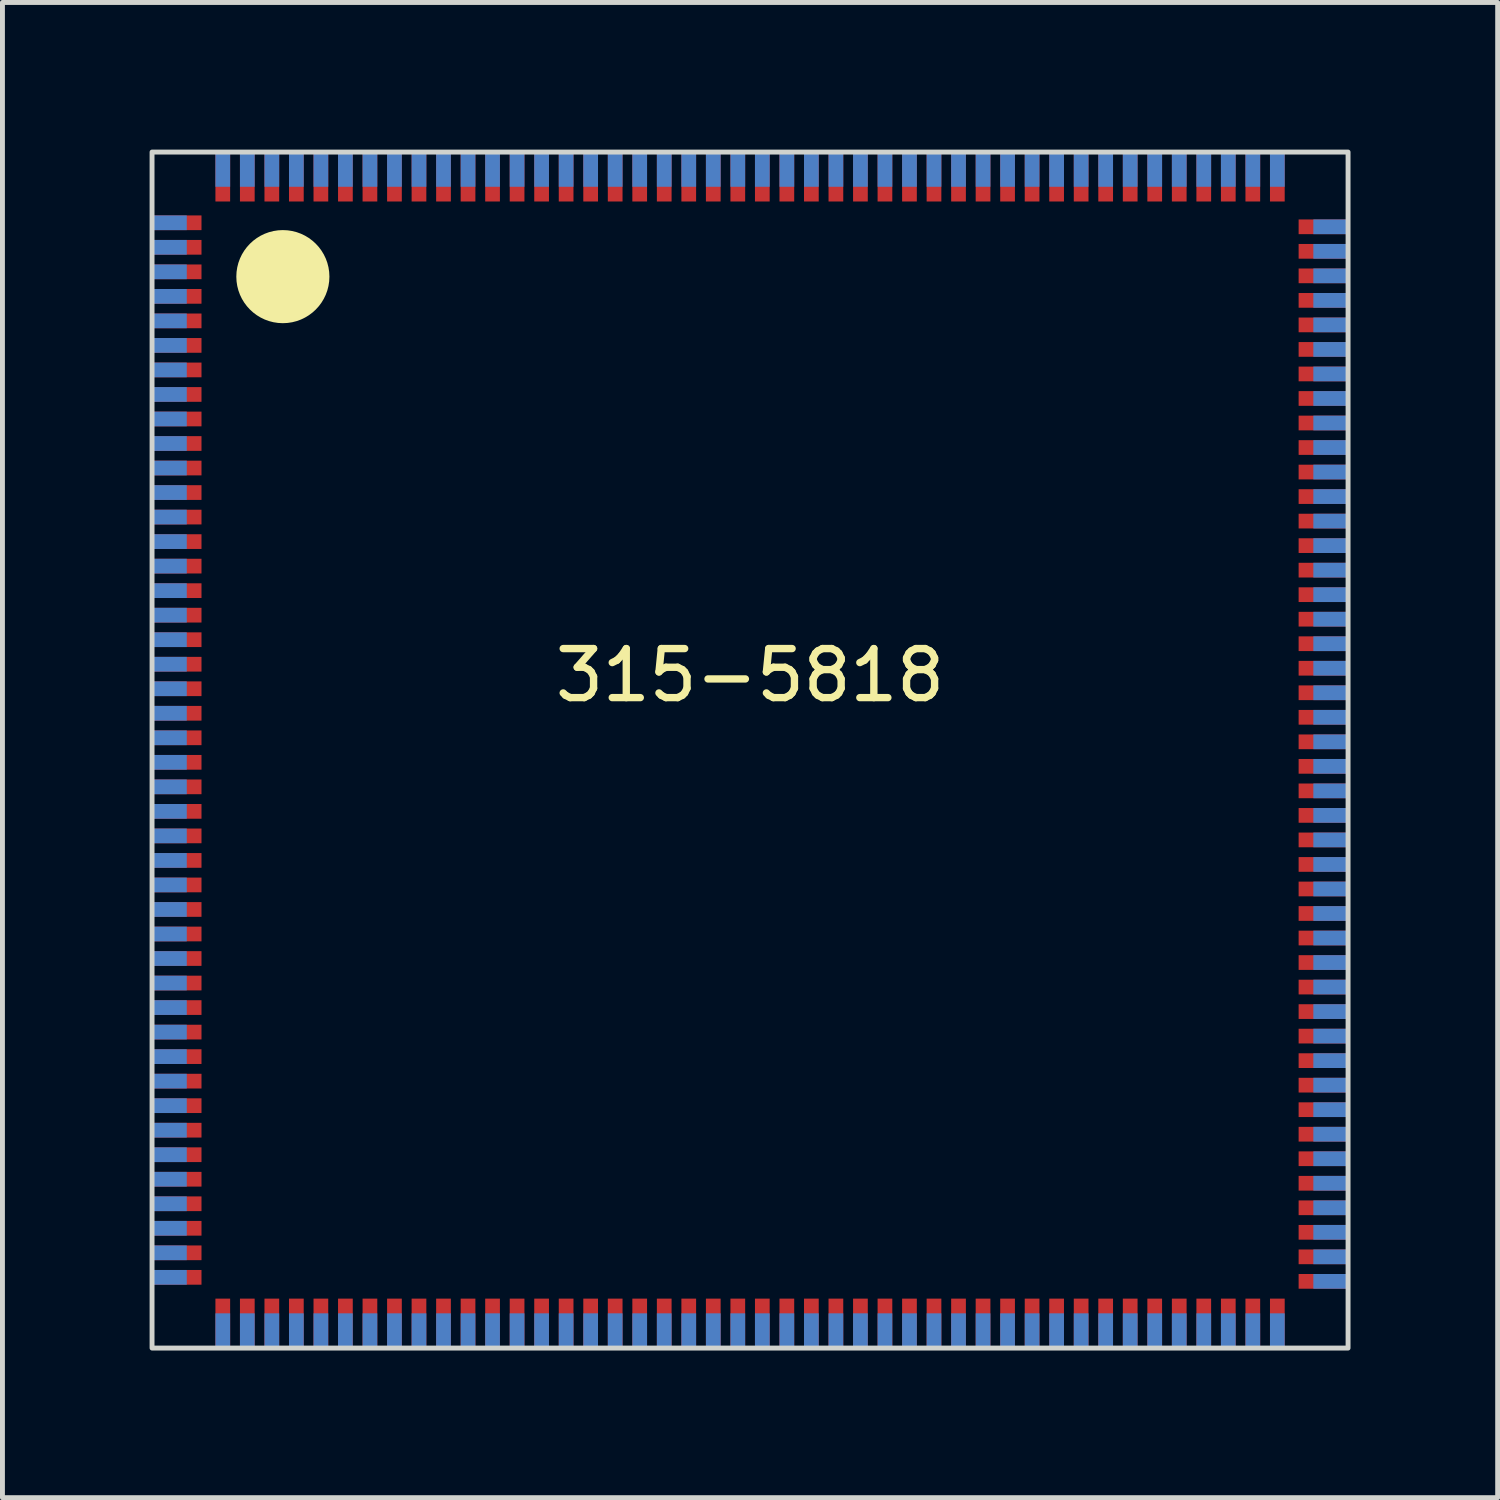
<source format=kicad_pcb>
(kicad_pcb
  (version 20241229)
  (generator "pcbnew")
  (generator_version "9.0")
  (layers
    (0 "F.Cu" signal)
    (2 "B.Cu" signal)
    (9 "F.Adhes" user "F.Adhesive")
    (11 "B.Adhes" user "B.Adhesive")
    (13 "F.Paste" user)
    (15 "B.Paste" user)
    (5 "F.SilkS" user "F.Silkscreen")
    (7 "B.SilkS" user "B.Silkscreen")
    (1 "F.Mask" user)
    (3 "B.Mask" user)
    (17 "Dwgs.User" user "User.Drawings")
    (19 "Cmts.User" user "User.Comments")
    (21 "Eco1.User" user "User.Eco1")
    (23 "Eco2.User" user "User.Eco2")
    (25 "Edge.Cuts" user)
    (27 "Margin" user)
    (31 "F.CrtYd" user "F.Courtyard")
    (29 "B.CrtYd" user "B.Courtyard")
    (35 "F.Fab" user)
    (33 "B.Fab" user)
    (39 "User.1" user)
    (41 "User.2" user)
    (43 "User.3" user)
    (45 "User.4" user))
  (footprint "315-5818"
    (layer "F.Cu")
    (at 12.242 12.242)
    (property "Reference" "315-5818" (at 0 -1.524 0) (layer "F.SilkS") (effects (font (size 1 1) (thickness 0.15))))
    (attr smd)
    (fp_circle (center -9.525 -9.652) (end -8.636 -9.652) (stroke (width 0.12) (type solid)) (fill yes) (layer "F.SilkS"))
    (fp_rect (start -12.192 -12.192) (end 12.192 12.192) (stroke (width 0.1) (type default)) (fill no) (layer "Edge.Cuts"))
    (pad "1" smd rect (at -11.834 -10.75 180) (size 0.7 0.3) (layers "B.Cu" "B.Mask" "B.Paste"))
    (pad "1" smd rect (at -11.684 -10.75) (size 1 0.3) (layers "F.Cu" "F.Mask" "F.Paste"))
    (pad "2" smd rect (at -11.834 -10.25 180) (size 0.7 0.3) (layers "B.Cu" "B.Mask" "B.Paste"))
    (pad "2" smd rect (at -11.684 -10.25) (size 1 0.3) (layers "F.Cu" "F.Mask" "F.Paste"))
    (pad "3" smd rect (at -11.834 -9.75 180) (size 0.7 0.3) (layers "B.Cu" "B.Mask" "B.Paste"))
    (pad "3" smd rect (at -11.684 -9.75) (size 1 0.3) (layers "F.Cu" "F.Mask" "F.Paste"))
    (pad "4" smd rect (at -11.834 -9.25 180) (size 0.7 0.3) (layers "B.Cu" "B.Mask" "B.Paste"))
    (pad "4" smd rect (at -11.684 -9.25) (size 1 0.3) (layers "F.Cu" "F.Mask" "F.Paste"))
    (pad "5" smd rect (at -11.834 -8.75 180) (size 0.7 0.3) (layers "B.Cu" "B.Mask" "B.Paste"))
    (pad "5" smd rect (at -11.684 -8.75) (size 1 0.3) (layers "F.Cu" "F.Mask" "F.Paste"))
    (pad "6" smd rect (at -11.834 -8.25 180) (size 0.7 0.3) (layers "B.Cu" "B.Mask" "B.Paste"))
    (pad "6" smd rect (at -11.684 -8.25) (size 1 0.3) (layers "F.Cu" "F.Mask" "F.Paste"))
    (pad "7" smd rect (at -11.834 -7.75 180) (size 0.7 0.3) (layers "B.Cu" "B.Mask" "B.Paste"))
    (pad "7" smd rect (at -11.684 -7.75) (size 1 0.3) (layers "F.Cu" "F.Mask" "F.Paste"))
    (pad "8" smd rect (at -11.834 -7.25 180) (size 0.7 0.3) (layers "B.Cu" "B.Mask" "B.Paste"))
    (pad "8" smd rect (at -11.684 -7.25) (size 1 0.3) (layers "F.Cu" "F.Mask" "F.Paste"))
    (pad "9" smd rect (at -11.834 -6.75 180) (size 0.7 0.3) (layers "B.Cu" "B.Mask" "B.Paste"))
    (pad "9" smd rect (at -11.684 -6.75) (size 1 0.3) (layers "F.Cu" "F.Mask" "F.Paste"))
    (pad "10" smd rect (at -11.834 -6.25 180) (size 0.7 0.3) (layers "B.Cu" "B.Mask" "B.Paste"))
    (pad "10" smd rect (at -11.684 -6.25) (size 1 0.3) (layers "F.Cu" "F.Mask" "F.Paste"))
    (pad "11" smd rect (at -11.834 -5.75 180) (size 0.7 0.3) (layers "B.Cu" "B.Mask" "B.Paste"))
    (pad "11" smd rect (at -11.684 -5.75) (size 1 0.3) (layers "F.Cu" "F.Mask" "F.Paste"))
    (pad "12" smd rect (at -11.834 -5.25 180) (size 0.7 0.3) (layers "B.Cu" "B.Mask" "B.Paste"))
    (pad "12" smd rect (at -11.684 -5.25) (size 1 0.3) (layers "F.Cu" "F.Mask" "F.Paste"))
    (pad "13" smd rect (at -11.834 -4.75 180) (size 0.7 0.3) (layers "B.Cu" "B.Mask" "B.Paste"))
    (pad "13" smd rect (at -11.684 -4.75) (size 1 0.3) (layers "F.Cu" "F.Mask" "F.Paste"))
    (pad "14" smd rect (at -11.834 -4.25 180) (size 0.7 0.3) (layers "B.Cu" "B.Mask" "B.Paste"))
    (pad "14" smd rect (at -11.684 -4.25) (size 1 0.3) (layers "F.Cu" "F.Mask" "F.Paste"))
    (pad "15" smd rect (at -11.834 -3.75 180) (size 0.7 0.3) (layers "B.Cu" "B.Mask" "B.Paste"))
    (pad "15" smd rect (at -11.684 -3.75) (size 1 0.3) (layers "F.Cu" "F.Mask" "F.Paste"))
    (pad "16" smd rect (at -11.834 -3.25 180) (size 0.7 0.3) (layers "B.Cu" "B.Mask" "B.Paste"))
    (pad "16" smd rect (at -11.684 -3.25) (size 1 0.3) (layers "F.Cu" "F.Mask" "F.Paste"))
    (pad "17" smd rect (at -11.834 -2.75 180) (size 0.7 0.3) (layers "B.Cu" "B.Mask" "B.Paste"))
    (pad "17" smd rect (at -11.684 -2.75) (size 1 0.3) (layers "F.Cu" "F.Mask" "F.Paste"))
    (pad "18" smd rect (at -11.834 -2.25 180) (size 0.7 0.3) (layers "B.Cu" "B.Mask" "B.Paste"))
    (pad "18" smd rect (at -11.684 -2.25) (size 1 0.3) (layers "F.Cu" "F.Mask" "F.Paste"))
    (pad "19" smd rect (at -11.834 -1.75 180) (size 0.7 0.3) (layers "B.Cu" "B.Mask" "B.Paste"))
    (pad "19" smd rect (at -11.684 -1.75) (size 1 0.3) (layers "F.Cu" "F.Mask" "F.Paste"))
    (pad "20" smd rect (at -11.834 -1.25 180) (size 0.7 0.3) (layers "B.Cu" "B.Mask" "B.Paste"))
    (pad "20" smd rect (at -11.684 -1.25) (size 1 0.3) (layers "F.Cu" "F.Mask" "F.Paste"))
    (pad "21" smd rect (at -11.834 -0.75 180) (size 0.7 0.3) (layers "B.Cu" "B.Mask" "B.Paste"))
    (pad "21" smd rect (at -11.684 -0.75) (size 1 0.3) (layers "F.Cu" "F.Mask" "F.Paste"))
    (pad "22" smd rect (at -11.834 -0.25 180) (size 0.7 0.3) (layers "B.Cu" "B.Mask" "B.Paste"))
    (pad "22" smd rect (at -11.684 -0.25) (size 1 0.3) (layers "F.Cu" "F.Mask" "F.Paste"))
    (pad "23" smd rect (at -11.834 0.25 180) (size 0.7 0.3) (layers "B.Cu" "B.Mask" "B.Paste"))
    (pad "23" smd rect (at -11.684 0.25) (size 1 0.3) (layers "F.Cu" "F.Mask" "F.Paste"))
    (pad "24" smd rect (at -11.834 0.75 180) (size 0.7 0.3) (layers "B.Cu" "B.Mask" "B.Paste"))
    (pad "24" smd rect (at -11.684 0.75) (size 1 0.3) (layers "F.Cu" "F.Mask" "F.Paste"))
    (pad "25" smd rect (at -11.834 1.25 180) (size 0.7 0.3) (layers "B.Cu" "B.Mask" "B.Paste"))
    (pad "25" smd rect (at -11.684 1.25) (size 1 0.3) (layers "F.Cu" "F.Mask" "F.Paste"))
    (pad "26" smd rect (at -11.834 1.75 180) (size 0.7 0.3) (layers "B.Cu" "B.Mask" "B.Paste"))
    (pad "26" smd rect (at -11.684 1.75) (size 1 0.3) (layers "F.Cu" "F.Mask" "F.Paste"))
    (pad "27" smd rect (at -11.834 2.25 180) (size 0.7 0.3) (layers "B.Cu" "B.Mask" "B.Paste"))
    (pad "27" smd rect (at -11.684 2.25) (size 1 0.3) (layers "F.Cu" "F.Mask" "F.Paste"))
    (pad "28" smd rect (at -11.834 2.75 180) (size 0.7 0.3) (layers "B.Cu" "B.Mask" "B.Paste"))
    (pad "28" smd rect (at -11.684 2.75) (size 1 0.3) (layers "F.Cu" "F.Mask" "F.Paste"))
    (pad "29" smd rect (at -11.834 3.25 180) (size 0.7 0.3) (layers "B.Cu" "B.Mask" "B.Paste"))
    (pad "29" smd rect (at -11.684 3.25) (size 1 0.3) (layers "F.Cu" "F.Mask" "F.Paste"))
    (pad "30" smd rect (at -11.834 3.75 180) (size 0.7 0.3) (layers "B.Cu" "B.Mask" "B.Paste"))
    (pad "30" smd rect (at -11.684 3.75) (size 1 0.3) (layers "F.Cu" "F.Mask" "F.Paste"))
    (pad "31" smd rect (at -11.834 4.25 180) (size 0.7 0.3) (layers "B.Cu" "B.Mask" "B.Paste"))
    (pad "31" smd rect (at -11.684 4.25) (size 1 0.3) (layers "F.Cu" "F.Mask" "F.Paste"))
    (pad "32" smd rect (at -11.834 4.75 180) (size 0.7 0.3) (layers "B.Cu" "B.Mask" "B.Paste"))
    (pad "32" smd rect (at -11.684 4.75) (size 1 0.3) (layers "F.Cu" "F.Mask" "F.Paste"))
    (pad "33" smd rect (at -11.834 5.25 180) (size 0.7 0.3) (layers "B.Cu" "B.Mask" "B.Paste"))
    (pad "33" smd rect (at -11.684 5.25) (size 1 0.3) (layers "F.Cu" "F.Mask" "F.Paste"))
    (pad "34" smd rect (at -11.834 5.75 180) (size 0.7 0.3) (layers "B.Cu" "B.Mask" "B.Paste"))
    (pad "34" smd rect (at -11.684 5.75) (size 1 0.3) (layers "F.Cu" "F.Mask" "F.Paste"))
    (pad "35" smd rect (at -11.834 6.25 180) (size 0.7 0.3) (layers "B.Cu" "B.Mask" "B.Paste"))
    (pad "35" smd rect (at -11.684 6.25) (size 1 0.3) (layers "F.Cu" "F.Mask" "F.Paste"))
    (pad "36" smd rect (at -11.834 6.75 180) (size 0.7 0.3) (layers "B.Cu" "B.Mask" "B.Paste"))
    (pad "36" smd rect (at -11.684 6.75) (size 1 0.3) (layers "F.Cu" "F.Mask" "F.Paste"))
    (pad "37" smd rect (at -11.834 7.25 180) (size 0.7 0.3) (layers "B.Cu" "B.Mask" "B.Paste"))
    (pad "37" smd rect (at -11.684 7.25) (size 1 0.3) (layers "F.Cu" "F.Mask" "F.Paste"))
    (pad "38" smd rect (at -11.834 7.75 180) (size 0.7 0.3) (layers "B.Cu" "B.Mask" "B.Paste"))
    (pad "38" smd rect (at -11.684 7.75) (size 1 0.3) (layers "F.Cu" "F.Mask" "F.Paste"))
    (pad "39" smd rect (at -11.834 8.25 180) (size 0.7 0.3) (layers "B.Cu" "B.Mask" "B.Paste"))
    (pad "39" smd rect (at -11.684 8.25) (size 1 0.3) (layers "F.Cu" "F.Mask" "F.Paste"))
    (pad "40" smd rect (at -11.834 8.75 180) (size 0.7 0.3) (layers "B.Cu" "B.Mask" "B.Paste"))
    (pad "40" smd rect (at -11.684 8.75) (size 1 0.3) (layers "F.Cu" "F.Mask" "F.Paste"))
    (pad "41" smd rect (at -11.834 9.25 180) (size 0.7 0.3) (layers "B.Cu" "B.Mask" "B.Paste"))
    (pad "41" smd rect (at -11.684 9.25) (size 1 0.3) (layers "F.Cu" "F.Mask" "F.Paste"))
    (pad "42" smd rect (at -11.834 9.75 180) (size 0.7 0.3) (layers "B.Cu" "B.Mask" "B.Paste"))
    (pad "42" smd rect (at -11.684 9.75) (size 1 0.3) (layers "F.Cu" "F.Mask" "F.Paste"))
    (pad "43" smd rect (at -11.834 10.25 180) (size 0.7 0.3) (layers "B.Cu" "B.Mask" "B.Paste"))
    (pad "43" smd rect (at -11.684 10.25) (size 1 0.3) (layers "F.Cu" "F.Mask" "F.Paste"))
    (pad "44" smd rect (at -11.834 10.75 180) (size 0.7 0.3) (layers "B.Cu" "B.Mask" "B.Paste"))
    (pad "44" smd rect (at -11.684 10.75) (size 1 0.3) (layers "F.Cu" "F.Mask" "F.Paste"))
    (pad "45" smd rect (at -10.75 11.684) (size 0.3 1) (layers "F.Cu" "F.Mask" "F.Paste"))
    (pad "45" smd rect (at -10.75 11.834) (size 0.3 0.7) (layers "B.Cu" "B.Mask" "B.Paste"))
    (pad "46" smd rect (at -10.25 11.684) (size 0.3 1) (layers "F.Cu" "F.Mask" "F.Paste"))
    (pad "46" smd rect (at -10.25 11.834) (size 0.3 0.7) (layers "B.Cu" "B.Mask" "B.Paste"))
    (pad "47" smd rect (at -9.75 11.684) (size 0.3 1) (layers "F.Cu" "F.Mask" "F.Paste"))
    (pad "47" smd rect (at -9.75 11.834) (size 0.3 0.7) (layers "B.Cu" "B.Mask" "B.Paste"))
    (pad "48" smd rect (at -9.25 11.684) (size 0.3 1) (layers "F.Cu" "F.Mask" "F.Paste"))
    (pad "48" smd rect (at -9.25 11.834) (size 0.3 0.7) (layers "B.Cu" "B.Mask" "B.Paste"))
    (pad "49" smd rect (at -8.75 11.684) (size 0.3 1) (layers "F.Cu" "F.Mask" "F.Paste"))
    (pad "49" smd rect (at -8.75 11.834) (size 0.3 0.7) (layers "B.Cu" "B.Mask" "B.Paste"))
    (pad "50" smd rect (at -8.25 11.684) (size 0.3 1) (layers "F.Cu" "F.Mask" "F.Paste"))
    (pad "50" smd rect (at -8.25 11.834) (size 0.3 0.7) (layers "B.Cu" "B.Mask" "B.Paste"))
    (pad "51" smd rect (at -7.75 11.684) (size 0.3 1) (layers "F.Cu" "F.Mask" "F.Paste"))
    (pad "51" smd rect (at -7.75 11.834) (size 0.3 0.7) (layers "B.Cu" "B.Mask" "B.Paste"))
    (pad "52" smd rect (at -7.25 11.684) (size 0.3 1) (layers "F.Cu" "F.Mask" "F.Paste"))
    (pad "52" smd rect (at -7.25 11.834) (size 0.3 0.7) (layers "B.Cu" "B.Mask" "B.Paste"))
    (pad "53" smd rect (at -6.75 11.684) (size 0.3 1) (layers "F.Cu" "F.Mask" "F.Paste"))
    (pad "53" smd rect (at -6.75 11.834) (size 0.3 0.7) (layers "B.Cu" "B.Mask" "B.Paste"))
    (pad "54" smd rect (at -6.25 11.684) (size 0.3 1) (layers "F.Cu" "F.Mask" "F.Paste"))
    (pad "54" smd rect (at -6.25 11.834) (size 0.3 0.7) (layers "B.Cu" "B.Mask" "B.Paste"))
    (pad "55" smd rect (at -5.75 11.684) (size 0.3 1) (layers "F.Cu" "F.Mask" "F.Paste"))
    (pad "55" smd rect (at -5.75 11.834) (size 0.3 0.7) (layers "B.Cu" "B.Mask" "B.Paste"))
    (pad "56" smd rect (at -5.25 11.684) (size 0.3 1) (layers "F.Cu" "F.Mask" "F.Paste"))
    (pad "56" smd rect (at -5.25 11.834) (size 0.3 0.7) (layers "B.Cu" "B.Mask" "B.Paste"))
    (pad "57" smd rect (at -4.75 11.684) (size 0.3 1) (layers "F.Cu" "F.Mask" "F.Paste"))
    (pad "57" smd rect (at -4.75 11.834) (size 0.3 0.7) (layers "B.Cu" "B.Mask" "B.Paste"))
    (pad "58" smd rect (at -4.25 11.684) (size 0.3 1) (layers "F.Cu" "F.Mask" "F.Paste"))
    (pad "58" smd rect (at -4.25 11.834) (size 0.3 0.7) (layers "B.Cu" "B.Mask" "B.Paste"))
    (pad "59" smd rect (at -3.75 11.684) (size 0.3 1) (layers "F.Cu" "F.Mask" "F.Paste"))
    (pad "59" smd rect (at -3.75 11.834) (size 0.3 0.7) (layers "B.Cu" "B.Mask" "B.Paste"))
    (pad "60" smd rect (at -3.25 11.684) (size 0.3 1) (layers "F.Cu" "F.Mask" "F.Paste"))
    (pad "60" smd rect (at -3.25 11.834) (size 0.3 0.7) (layers "B.Cu" "B.Mask" "B.Paste"))
    (pad "61" smd rect (at -2.75 11.684) (size 0.3 1) (layers "F.Cu" "F.Mask" "F.Paste"))
    (pad "61" smd rect (at -2.75 11.834) (size 0.3 0.7) (layers "B.Cu" "B.Mask" "B.Paste"))
    (pad "62" smd rect (at -2.25 11.684) (size 0.3 1) (layers "F.Cu" "F.Mask" "F.Paste"))
    (pad "62" smd rect (at -2.25 11.834) (size 0.3 0.7) (layers "B.Cu" "B.Mask" "B.Paste"))
    (pad "63" smd rect (at -1.75 11.684) (size 0.3 1) (layers "F.Cu" "F.Mask" "F.Paste"))
    (pad "63" smd rect (at -1.75 11.834) (size 0.3 0.7) (layers "B.Cu" "B.Mask" "B.Paste"))
    (pad "64" smd rect (at -1.25 11.684) (size 0.3 1) (layers "F.Cu" "F.Mask" "F.Paste"))
    (pad "64" smd rect (at -1.25 11.834) (size 0.3 0.7) (layers "B.Cu" "B.Mask" "B.Paste"))
    (pad "65" smd rect (at -0.75 11.684) (size 0.3 1) (layers "F.Cu" "F.Mask" "F.Paste"))
    (pad "65" smd rect (at -0.75 11.834) (size 0.3 0.7) (layers "B.Cu" "B.Mask" "B.Paste"))
    (pad "66" smd rect (at -0.25 11.684) (size 0.3 1) (layers "F.Cu" "F.Mask" "F.Paste"))
    (pad "66" smd rect (at -0.25 11.834) (size 0.3 0.7) (layers "B.Cu" "B.Mask" "B.Paste"))
    (pad "67" smd rect (at 0.25 11.684) (size 0.3 1) (layers "F.Cu" "F.Mask" "F.Paste"))
    (pad "67" smd rect (at 0.25 11.834) (size 0.3 0.7) (layers "B.Cu" "B.Mask" "B.Paste"))
    (pad "68" smd rect (at 0.75 11.684) (size 0.3 1) (layers "F.Cu" "F.Mask" "F.Paste"))
    (pad "68" smd rect (at 0.75 11.834) (size 0.3 0.7) (layers "B.Cu" "B.Mask" "B.Paste"))
    (pad "69" smd rect (at 1.25 11.684) (size 0.3 1) (layers "F.Cu" "F.Mask" "F.Paste"))
    (pad "69" smd rect (at 1.25 11.834) (size 0.3 0.7) (layers "B.Cu" "B.Mask" "B.Paste"))
    (pad "70" smd rect (at 1.75 11.684) (size 0.3 1) (layers "F.Cu" "F.Mask" "F.Paste"))
    (pad "70" smd rect (at 1.75 11.834) (size 0.3 0.7) (layers "B.Cu" "B.Mask" "B.Paste"))
    (pad "71" smd rect (at 2.25 11.684) (size 0.3 1) (layers "F.Cu" "F.Mask" "F.Paste"))
    (pad "71" smd rect (at 2.25 11.834) (size 0.3 0.7) (layers "B.Cu" "B.Mask" "B.Paste"))
    (pad "72" smd rect (at 2.75 11.684) (size 0.3 1) (layers "F.Cu" "F.Mask" "F.Paste"))
    (pad "72" smd rect (at 2.75 11.834) (size 0.3 0.7) (layers "B.Cu" "B.Mask" "B.Paste"))
    (pad "73" smd rect (at 3.25 11.684) (size 0.3 1) (layers "F.Cu" "F.Mask" "F.Paste"))
    (pad "73" smd rect (at 3.25 11.834) (size 0.3 0.7) (layers "B.Cu" "B.Mask" "B.Paste"))
    (pad "74" smd rect (at 3.75 11.684) (size 0.3 1) (layers "F.Cu" "F.Mask" "F.Paste"))
    (pad "74" smd rect (at 3.75 11.834) (size 0.3 0.7) (layers "B.Cu" "B.Mask" "B.Paste"))
    (pad "75" smd rect (at 4.25 11.684) (size 0.3 1) (layers "F.Cu" "F.Mask" "F.Paste"))
    (pad "75" smd rect (at 4.25 11.834) (size 0.3 0.7) (layers "B.Cu" "B.Mask" "B.Paste"))
    (pad "76" smd rect (at 4.75 11.684) (size 0.3 1) (layers "F.Cu" "F.Mask" "F.Paste"))
    (pad "76" smd rect (at 4.75 11.834) (size 0.3 0.7) (layers "B.Cu" "B.Mask" "B.Paste"))
    (pad "77" smd rect (at 5.25 11.684) (size 0.3 1) (layers "F.Cu" "F.Mask" "F.Paste"))
    (pad "77" smd rect (at 5.25 11.834) (size 0.3 0.7) (layers "B.Cu" "B.Mask" "B.Paste"))
    (pad "78" smd rect (at 5.75 11.684) (size 0.3 1) (layers "F.Cu" "F.Mask" "F.Paste"))
    (pad "78" smd rect (at 5.75 11.834) (size 0.3 0.7) (layers "B.Cu" "B.Mask" "B.Paste"))
    (pad "79" smd rect (at 6.25 11.684) (size 0.3 1) (layers "F.Cu" "F.Mask" "F.Paste"))
    (pad "79" smd rect (at 6.25 11.834) (size 0.3 0.7) (layers "B.Cu" "B.Mask" "B.Paste"))
    (pad "80" smd rect (at 6.75 11.684) (size 0.3 1) (layers "F.Cu" "F.Mask" "F.Paste"))
    (pad "80" smd rect (at 6.75 11.834) (size 0.3 0.7) (layers "B.Cu" "B.Mask" "B.Paste"))
    (pad "81" smd rect (at 7.25 11.684) (size 0.3 1) (layers "F.Cu" "F.Mask" "F.Paste"))
    (pad "81" smd rect (at 7.25 11.834) (size 0.3 0.7) (layers "B.Cu" "B.Mask" "B.Paste"))
    (pad "82" smd rect (at 7.75 11.684) (size 0.3 1) (layers "F.Cu" "F.Mask" "F.Paste"))
    (pad "82" smd rect (at 7.75 11.834) (size 0.3 0.7) (layers "B.Cu" "B.Mask" "B.Paste"))
    (pad "83" smd rect (at 8.25 11.684) (size 0.3 1) (layers "F.Cu" "F.Mask" "F.Paste"))
    (pad "83" smd rect (at 8.25 11.834) (size 0.3 0.7) (layers "B.Cu" "B.Mask" "B.Paste"))
    (pad "84" smd rect (at 8.75 11.684) (size 0.3 1) (layers "F.Cu" "F.Mask" "F.Paste"))
    (pad "84" smd rect (at 8.75 11.834) (size 0.3 0.7) (layers "B.Cu" "B.Mask" "B.Paste"))
    (pad "85" smd rect (at 9.25 11.684) (size 0.3 1) (layers "F.Cu" "F.Mask" "F.Paste"))
    (pad "85" smd rect (at 9.25 11.834) (size 0.3 0.7) (layers "B.Cu" "B.Mask" "B.Paste"))
    (pad "86" smd rect (at 9.75 11.684) (size 0.3 1) (layers "F.Cu" "F.Mask" "F.Paste"))
    (pad "86" smd rect (at 9.75 11.834) (size 0.3 0.7) (layers "B.Cu" "B.Mask" "B.Paste"))
    (pad "87" smd rect (at 10.25 11.684) (size 0.3 1) (layers "F.Cu" "F.Mask" "F.Paste"))
    (pad "87" smd rect (at 10.25 11.834) (size 0.3 0.7) (layers "B.Cu" "B.Mask" "B.Paste"))
    (pad "88" smd rect (at 10.75 11.684) (size 0.3 1) (layers "F.Cu" "F.Mask" "F.Paste"))
    (pad "88" smd rect (at 10.75 11.834) (size 0.3 0.7) (layers "B.Cu" "B.Mask" "B.Paste"))
    (pad "89" smd rect (at 11.684 10.832) (size 1 0.3) (layers "F.Cu" "F.Mask" "F.Paste"))
    (pad "89" smd rect (at 11.834 10.832 180) (size 0.7 0.3) (layers "B.Cu" "B.Mask" "B.Paste"))
    (pad "90" smd rect (at 11.684 10.332) (size 1 0.3) (layers "F.Cu" "F.Mask" "F.Paste"))
    (pad "90" smd rect (at 11.834 10.332 180) (size 0.7 0.3) (layers "B.Cu" "B.Mask" "B.Paste"))
    (pad "91" smd rect (at 11.684 9.832) (size 1 0.3) (layers "F.Cu" "F.Mask" "F.Paste"))
    (pad "91" smd rect (at 11.834 9.832 180) (size 0.7 0.3) (layers "B.Cu" "B.Mask" "B.Paste"))
    (pad "92" smd rect (at 11.684 9.332) (size 1 0.3) (layers "F.Cu" "F.Mask" "F.Paste"))
    (pad "92" smd rect (at 11.834 9.332 180) (size 0.7 0.3) (layers "B.Cu" "B.Mask" "B.Paste"))
    (pad "93" smd rect (at 11.684 8.832) (size 1 0.3) (layers "F.Cu" "F.Mask" "F.Paste"))
    (pad "93" smd rect (at 11.834 8.832 180) (size 0.7 0.3) (layers "B.Cu" "B.Mask" "B.Paste"))
    (pad "94" smd rect (at 11.684 8.332) (size 1 0.3) (layers "F.Cu" "F.Mask" "F.Paste"))
    (pad "94" smd rect (at 11.834 8.332 180) (size 0.7 0.3) (layers "B.Cu" "B.Mask" "B.Paste"))
    (pad "95" smd rect (at 11.684 7.832) (size 1 0.3) (layers "F.Cu" "F.Mask" "F.Paste"))
    (pad "95" smd rect (at 11.834 7.832 180) (size 0.7 0.3) (layers "B.Cu" "B.Mask" "B.Paste"))
    (pad "96" smd rect (at 11.684 7.332) (size 1 0.3) (layers "F.Cu" "F.Mask" "F.Paste"))
    (pad "96" smd rect (at 11.834 7.332 180) (size 0.7 0.3) (layers "B.Cu" "B.Mask" "B.Paste"))
    (pad "97" smd rect (at 11.684 6.832) (size 1 0.3) (layers "F.Cu" "F.Mask" "F.Paste"))
    (pad "97" smd rect (at 11.834 6.832 180) (size 0.7 0.3) (layers "B.Cu" "B.Mask" "B.Paste"))
    (pad "98" smd rect (at 11.684 6.332) (size 1 0.3) (layers "F.Cu" "F.Mask" "F.Paste"))
    (pad "98" smd rect (at 11.834 6.332 180) (size 0.7 0.3) (layers "B.Cu" "B.Mask" "B.Paste"))
    (pad "99" smd rect (at 11.684 5.832) (size 1 0.3) (layers "F.Cu" "F.Mask" "F.Paste"))
    (pad "99" smd rect (at 11.834 5.832 180) (size 0.7 0.3) (layers "B.Cu" "B.Mask" "B.Paste"))
    (pad "100" smd rect (at 11.684 5.332) (size 1 0.3) (layers "F.Cu" "F.Mask" "F.Paste"))
    (pad "100" smd rect (at 11.834 5.332 180) (size 0.7 0.3) (layers "B.Cu" "B.Mask" "B.Paste"))
    (pad "101" smd rect (at 11.684 4.832) (size 1 0.3) (layers "F.Cu" "F.Mask" "F.Paste"))
    (pad "101" smd rect (at 11.834 4.832 180) (size 0.7 0.3) (layers "B.Cu" "B.Mask" "B.Paste"))
    (pad "102" smd rect (at 11.684 4.332) (size 1 0.3) (layers "F.Cu" "F.Mask" "F.Paste"))
    (pad "102" smd rect (at 11.834 4.332 180) (size 0.7 0.3) (layers "B.Cu" "B.Mask" "B.Paste"))
    (pad "103" smd rect (at 11.684 3.832) (size 1 0.3) (layers "F.Cu" "F.Mask" "F.Paste"))
    (pad "103" smd rect (at 11.834 3.832 180) (size 0.7 0.3) (layers "B.Cu" "B.Mask" "B.Paste"))
    (pad "104" smd rect (at 11.684 3.332) (size 1 0.3) (layers "F.Cu" "F.Mask" "F.Paste"))
    (pad "104" smd rect (at 11.834 3.332 180) (size 0.7 0.3) (layers "B.Cu" "B.Mask" "B.Paste"))
    (pad "105" smd rect (at 11.684 2.832) (size 1 0.3) (layers "F.Cu" "F.Mask" "F.Paste"))
    (pad "105" smd rect (at 11.834 2.832 180) (size 0.7 0.3) (layers "B.Cu" "B.Mask" "B.Paste"))
    (pad "106" smd rect (at 11.684 2.332) (size 1 0.3) (layers "F.Cu" "F.Mask" "F.Paste"))
    (pad "106" smd rect (at 11.834 2.332 180) (size 0.7 0.3) (layers "B.Cu" "B.Mask" "B.Paste"))
    (pad "107" smd rect (at 11.684 1.832) (size 1 0.3) (layers "F.Cu" "F.Mask" "F.Paste"))
    (pad "107" smd rect (at 11.834 1.832 180) (size 0.7 0.3) (layers "B.Cu" "B.Mask" "B.Paste"))
    (pad "108" smd rect (at 11.684 1.332) (size 1 0.3) (layers "F.Cu" "F.Mask" "F.Paste"))
    (pad "108" smd rect (at 11.834 1.332 180) (size 0.7 0.3) (layers "B.Cu" "B.Mask" "B.Paste"))
    (pad "109" smd rect (at 11.684 0.832) (size 1 0.3) (layers "F.Cu" "F.Mask" "F.Paste"))
    (pad "109" smd rect (at 11.834 0.832 180) (size 0.7 0.3) (layers "B.Cu" "B.Mask" "B.Paste"))
    (pad "110" smd rect (at 11.684 0.332) (size 1 0.3) (layers "F.Cu" "F.Mask" "F.Paste"))
    (pad "110" smd rect (at 11.834 0.332 180) (size 0.7 0.3) (layers "B.Cu" "B.Mask" "B.Paste"))
    (pad "111" smd rect (at 11.684 -0.168) (size 1 0.3) (layers "F.Cu" "F.Mask" "F.Paste"))
    (pad "111" smd rect (at 11.834 -0.168 180) (size 0.7 0.3) (layers "B.Cu" "B.Mask" "B.Paste"))
    (pad "112" smd rect (at 11.684 -0.668) (size 1 0.3) (layers "F.Cu" "F.Mask" "F.Paste"))
    (pad "112" smd rect (at 11.834 -0.668 180) (size 0.7 0.3) (layers "B.Cu" "B.Mask" "B.Paste"))
    (pad "113" smd rect (at 11.684 -1.168) (size 1 0.3) (layers "F.Cu" "F.Mask" "F.Paste"))
    (pad "113" smd rect (at 11.834 -1.168 180) (size 0.7 0.3) (layers "B.Cu" "B.Mask" "B.Paste"))
    (pad "114" smd rect (at 11.684 -1.668) (size 1 0.3) (layers "F.Cu" "F.Mask" "F.Paste"))
    (pad "114" smd rect (at 11.834 -1.668 180) (size 0.7 0.3) (layers "B.Cu" "B.Mask" "B.Paste"))
    (pad "115" smd rect (at 11.684 -2.168) (size 1 0.3) (layers "F.Cu" "F.Mask" "F.Paste"))
    (pad "115" smd rect (at 11.834 -2.168 180) (size 0.7 0.3) (layers "B.Cu" "B.Mask" "B.Paste"))
    (pad "116" smd rect (at 11.684 -2.668) (size 1 0.3) (layers "F.Cu" "F.Mask" "F.Paste"))
    (pad "116" smd rect (at 11.834 -2.668 180) (size 0.7 0.3) (layers "B.Cu" "B.Mask" "B.Paste"))
    (pad "117" smd rect (at 11.684 -3.168) (size 1 0.3) (layers "F.Cu" "F.Mask" "F.Paste"))
    (pad "117" smd rect (at 11.834 -3.168 180) (size 0.7 0.3) (layers "B.Cu" "B.Mask" "B.Paste"))
    (pad "118" smd rect (at 11.684 -3.668) (size 1 0.3) (layers "F.Cu" "F.Mask" "F.Paste"))
    (pad "118" smd rect (at 11.834 -3.668 180) (size 0.7 0.3) (layers "B.Cu" "B.Mask" "B.Paste"))
    (pad "119" smd rect (at 11.684 -4.168) (size 1 0.3) (layers "F.Cu" "F.Mask" "F.Paste"))
    (pad "119" smd rect (at 11.834 -4.168 180) (size 0.7 0.3) (layers "B.Cu" "B.Mask" "B.Paste"))
    (pad "120" smd rect (at 11.684 -4.668) (size 1 0.3) (layers "F.Cu" "F.Mask" "F.Paste"))
    (pad "120" smd rect (at 11.834 -4.668 180) (size 0.7 0.3) (layers "B.Cu" "B.Mask" "B.Paste"))
    (pad "121" smd rect (at 11.684 -5.168) (size 1 0.3) (layers "F.Cu" "F.Mask" "F.Paste"))
    (pad "121" smd rect (at 11.834 -5.168 180) (size 0.7 0.3) (layers "B.Cu" "B.Mask" "B.Paste"))
    (pad "122" smd rect (at 11.684 -5.668) (size 1 0.3) (layers "F.Cu" "F.Mask" "F.Paste"))
    (pad "122" smd rect (at 11.834 -5.668 180) (size 0.7 0.3) (layers "B.Cu" "B.Mask" "B.Paste"))
    (pad "123" smd rect (at 11.684 -6.168) (size 1 0.3) (layers "F.Cu" "F.Mask" "F.Paste"))
    (pad "123" smd rect (at 11.834 -6.168 180) (size 0.7 0.3) (layers "B.Cu" "B.Mask" "B.Paste"))
    (pad "124" smd rect (at 11.684 -6.668) (size 1 0.3) (layers "F.Cu" "F.Mask" "F.Paste"))
    (pad "124" smd rect (at 11.834 -6.668 180) (size 0.7 0.3) (layers "B.Cu" "B.Mask" "B.Paste"))
    (pad "125" smd rect (at 11.684 -7.168) (size 1 0.3) (layers "F.Cu" "F.Mask" "F.Paste"))
    (pad "125" smd rect (at 11.834 -7.168 180) (size 0.7 0.3) (layers "B.Cu" "B.Mask" "B.Paste"))
    (pad "126" smd rect (at 11.684 -7.668) (size 1 0.3) (layers "F.Cu" "F.Mask" "F.Paste"))
    (pad "126" smd rect (at 11.834 -7.668 180) (size 0.7 0.3) (layers "B.Cu" "B.Mask" "B.Paste"))
    (pad "127" smd rect (at 11.684 -8.168) (size 1 0.3) (layers "F.Cu" "F.Mask" "F.Paste"))
    (pad "127" smd rect (at 11.834 -8.168 180) (size 0.7 0.3) (layers "B.Cu" "B.Mask" "B.Paste"))
    (pad "128" smd rect (at 11.684 -8.668) (size 1 0.3) (layers "F.Cu" "F.Mask" "F.Paste"))
    (pad "128" smd rect (at 11.834 -8.668 180) (size 0.7 0.3) (layers "B.Cu" "B.Mask" "B.Paste"))
    (pad "129" smd rect (at 11.684 -9.168) (size 1 0.3) (layers "F.Cu" "F.Mask" "F.Paste"))
    (pad "129" smd rect (at 11.834 -9.168 180) (size 0.7 0.3) (layers "B.Cu" "B.Mask" "B.Paste"))
    (pad "130" smd rect (at 11.684 -9.668) (size 1 0.3) (layers "F.Cu" "F.Mask" "F.Paste"))
    (pad "130" smd rect (at 11.834 -9.668 180) (size 0.7 0.3) (layers "B.Cu" "B.Mask" "B.Paste"))
    (pad "131" smd rect (at 11.684 -10.168) (size 1 0.3) (layers "F.Cu" "F.Mask" "F.Paste"))
    (pad "131" smd rect (at 11.834 -10.168 180) (size 0.7 0.3) (layers "B.Cu" "B.Mask" "B.Paste"))
    (pad "132" smd rect (at 11.684 -10.668) (size 1 0.3) (layers "F.Cu" "F.Mask" "F.Paste"))
    (pad "132" smd rect (at 11.834 -10.668 180) (size 0.7 0.3) (layers "B.Cu" "B.Mask" "B.Paste"))
    (pad "133" smd rect (at 10.75 -11.834) (size 0.3 0.7) (layers "B.Cu" "B.Mask" "B.Paste"))
    (pad "133" smd rect (at 10.75 -11.684) (size 0.3 1) (layers "F.Cu" "F.Mask" "F.Paste"))
    (pad "134" smd rect (at 10.25 -11.834) (size 0.3 0.7) (layers "B.Cu" "B.Mask" "B.Paste"))
    (pad "134" smd rect (at 10.25 -11.684) (size 0.3 1) (layers "F.Cu" "F.Mask" "F.Paste"))
    (pad "135" smd rect (at 9.75 -11.834) (size 0.3 0.7) (layers "B.Cu" "B.Mask" "B.Paste"))
    (pad "135" smd rect (at 9.75 -11.684) (size 0.3 1) (layers "F.Cu" "F.Mask" "F.Paste"))
    (pad "136" smd rect (at 9.25 -11.834) (size 0.3 0.7) (layers "B.Cu" "B.Mask" "B.Paste"))
    (pad "136" smd rect (at 9.25 -11.684) (size 0.3 1) (layers "F.Cu" "F.Mask" "F.Paste"))
    (pad "137" smd rect (at 8.75 -11.834) (size 0.3 0.7) (layers "B.Cu" "B.Mask" "B.Paste"))
    (pad "137" smd rect (at 8.75 -11.684) (size 0.3 1) (layers "F.Cu" "F.Mask" "F.Paste"))
    (pad "138" smd rect (at 8.25 -11.834) (size 0.3 0.7) (layers "B.Cu" "B.Mask" "B.Paste"))
    (pad "138" smd rect (at 8.25 -11.684) (size 0.3 1) (layers "F.Cu" "F.Mask" "F.Paste"))
    (pad "139" smd rect (at 7.75 -11.834) (size 0.3 0.7) (layers "B.Cu" "B.Mask" "B.Paste"))
    (pad "139" smd rect (at 7.75 -11.684) (size 0.3 1) (layers "F.Cu" "F.Mask" "F.Paste"))
    (pad "140" smd rect (at 7.25 -11.834) (size 0.3 0.7) (layers "B.Cu" "B.Mask" "B.Paste"))
    (pad "140" smd rect (at 7.25 -11.684) (size 0.3 1) (layers "F.Cu" "F.Mask" "F.Paste"))
    (pad "141" smd rect (at 6.75 -11.834) (size 0.3 0.7) (layers "B.Cu" "B.Mask" "B.Paste"))
    (pad "141" smd rect (at 6.75 -11.684) (size 0.3 1) (layers "F.Cu" "F.Mask" "F.Paste"))
    (pad "142" smd rect (at 6.25 -11.834) (size 0.3 0.7) (layers "B.Cu" "B.Mask" "B.Paste"))
    (pad "142" smd rect (at 6.25 -11.684) (size 0.3 1) (layers "F.Cu" "F.Mask" "F.Paste"))
    (pad "143" smd rect (at 5.75 -11.834) (size 0.3 0.7) (layers "B.Cu" "B.Mask" "B.Paste"))
    (pad "143" smd rect (at 5.75 -11.684) (size 0.3 1) (layers "F.Cu" "F.Mask" "F.Paste"))
    (pad "144" smd rect (at 5.25 -11.834) (size 0.3 0.7) (layers "B.Cu" "B.Mask" "B.Paste"))
    (pad "144" smd rect (at 5.25 -11.684) (size 0.3 1) (layers "F.Cu" "F.Mask" "F.Paste"))
    (pad "145" smd rect (at 4.75 -11.834) (size 0.3 0.7) (layers "B.Cu" "B.Mask" "B.Paste"))
    (pad "145" smd rect (at 4.75 -11.684) (size 0.3 1) (layers "F.Cu" "F.Mask" "F.Paste"))
    (pad "146" smd rect (at 4.25 -11.834) (size 0.3 0.7) (layers "B.Cu" "B.Mask" "B.Paste"))
    (pad "146" smd rect (at 4.25 -11.684) (size 0.3 1) (layers "F.Cu" "F.Mask" "F.Paste"))
    (pad "147" smd rect (at 3.75 -11.834) (size 0.3 0.7) (layers "B.Cu" "B.Mask" "B.Paste"))
    (pad "147" smd rect (at 3.75 -11.684) (size 0.3 1) (layers "F.Cu" "F.Mask" "F.Paste"))
    (pad "148" smd rect (at 3.25 -11.834) (size 0.3 0.7) (layers "B.Cu" "B.Mask" "B.Paste"))
    (pad "148" smd rect (at 3.25 -11.684) (size 0.3 1) (layers "F.Cu" "F.Mask" "F.Paste"))
    (pad "149" smd rect (at 2.75 -11.834) (size 0.3 0.7) (layers "B.Cu" "B.Mask" "B.Paste"))
    (pad "149" smd rect (at 2.75 -11.684) (size 0.3 1) (layers "F.Cu" "F.Mask" "F.Paste"))
    (pad "150" smd rect (at 2.25 -11.834) (size 0.3 0.7) (layers "B.Cu" "B.Mask" "B.Paste"))
    (pad "150" smd rect (at 2.25 -11.684) (size 0.3 1) (layers "F.Cu" "F.Mask" "F.Paste"))
    (pad "151" smd rect (at 1.75 -11.834) (size 0.3 0.7) (layers "B.Cu" "B.Mask" "B.Paste"))
    (pad "151" smd rect (at 1.75 -11.684) (size 0.3 1) (layers "F.Cu" "F.Mask" "F.Paste"))
    (pad "152" smd rect (at 1.25 -11.834) (size 0.3 0.7) (layers "B.Cu" "B.Mask" "B.Paste"))
    (pad "152" smd rect (at 1.25 -11.684) (size 0.3 1) (layers "F.Cu" "F.Mask" "F.Paste"))
    (pad "153" smd rect (at 0.75 -11.834) (size 0.3 0.7) (layers "B.Cu" "B.Mask" "B.Paste"))
    (pad "153" smd rect (at 0.75 -11.684) (size 0.3 1) (layers "F.Cu" "F.Mask" "F.Paste"))
    (pad "154" smd rect (at 0.25 -11.834) (size 0.3 0.7) (layers "B.Cu" "B.Mask" "B.Paste"))
    (pad "154" smd rect (at 0.25 -11.684) (size 0.3 1) (layers "F.Cu" "F.Mask" "F.Paste"))
    (pad "155" smd rect (at -0.25 -11.834) (size 0.3 0.7) (layers "B.Cu" "B.Mask" "B.Paste"))
    (pad "155" smd rect (at -0.25 -11.684) (size 0.3 1) (layers "F.Cu" "F.Mask" "F.Paste"))
    (pad "156" smd rect (at -0.75 -11.834) (size 0.3 0.7) (layers "B.Cu" "B.Mask" "B.Paste"))
    (pad "156" smd rect (at -0.75 -11.684) (size 0.3 1) (layers "F.Cu" "F.Mask" "F.Paste"))
    (pad "157" smd rect (at -1.25 -11.834) (size 0.3 0.7) (layers "B.Cu" "B.Mask" "B.Paste"))
    (pad "157" smd rect (at -1.25 -11.684) (size 0.3 1) (layers "F.Cu" "F.Mask" "F.Paste"))
    (pad "158" smd rect (at -1.75 -11.834) (size 0.3 0.7) (layers "B.Cu" "B.Mask" "B.Paste"))
    (pad "158" smd rect (at -1.75 -11.684) (size 0.3 1) (layers "F.Cu" "F.Mask" "F.Paste"))
    (pad "159" smd rect (at -2.25 -11.834) (size 0.3 0.7) (layers "B.Cu" "B.Mask" "B.Paste"))
    (pad "159" smd rect (at -2.25 -11.684) (size 0.3 1) (layers "F.Cu" "F.Mask" "F.Paste"))
    (pad "160" smd rect (at -2.75 -11.834) (size 0.3 0.7) (layers "B.Cu" "B.Mask" "B.Paste"))
    (pad "160" smd rect (at -2.75 -11.684) (size 0.3 1) (layers "F.Cu" "F.Mask" "F.Paste"))
    (pad "161" smd rect (at -3.25 -11.834) (size 0.3 0.7) (layers "B.Cu" "B.Mask" "B.Paste"))
    (pad "161" smd rect (at -3.25 -11.684) (size 0.3 1) (layers "F.Cu" "F.Mask" "F.Paste"))
    (pad "162" smd rect (at -3.75 -11.834) (size 0.3 0.7) (layers "B.Cu" "B.Mask" "B.Paste"))
    (pad "162" smd rect (at -3.75 -11.684) (size 0.3 1) (layers "F.Cu" "F.Mask" "F.Paste"))
    (pad "163" smd rect (at -4.25 -11.834) (size 0.3 0.7) (layers "B.Cu" "B.Mask" "B.Paste"))
    (pad "163" smd rect (at -4.25 -11.684) (size 0.3 1) (layers "F.Cu" "F.Mask" "F.Paste"))
    (pad "164" smd rect (at -4.75 -11.834) (size 0.3 0.7) (layers "B.Cu" "B.Mask" "B.Paste"))
    (pad "164" smd rect (at -4.75 -11.684) (size 0.3 1) (layers "F.Cu" "F.Mask" "F.Paste"))
    (pad "165" smd rect (at -5.25 -11.834) (size 0.3 0.7) (layers "B.Cu" "B.Mask" "B.Paste"))
    (pad "165" smd rect (at -5.25 -11.684) (size 0.3 1) (layers "F.Cu" "F.Mask" "F.Paste"))
    (pad "166" smd rect (at -5.75 -11.834) (size 0.3 0.7) (layers "B.Cu" "B.Mask" "B.Paste"))
    (pad "166" smd rect (at -5.75 -11.684) (size 0.3 1) (layers "F.Cu" "F.Mask" "F.Paste"))
    (pad "167" smd rect (at -6.25 -11.834) (size 0.3 0.7) (layers "B.Cu" "B.Mask" "B.Paste"))
    (pad "167" smd rect (at -6.25 -11.684) (size 0.3 1) (layers "F.Cu" "F.Mask" "F.Paste"))
    (pad "168" smd rect (at -6.75 -11.834) (size 0.3 0.7) (layers "B.Cu" "B.Mask" "B.Paste"))
    (pad "168" smd rect (at -6.75 -11.684) (size 0.3 1) (layers "F.Cu" "F.Mask" "F.Paste"))
    (pad "169" smd rect (at -7.25 -11.834) (size 0.3 0.7) (layers "B.Cu" "B.Mask" "B.Paste"))
    (pad "169" smd rect (at -7.25 -11.684) (size 0.3 1) (layers "F.Cu" "F.Mask" "F.Paste"))
    (pad "170" smd rect (at -7.75 -11.834) (size 0.3 0.7) (layers "B.Cu" "B.Mask" "B.Paste"))
    (pad "170" smd rect (at -7.75 -11.684) (size 0.3 1) (layers "F.Cu" "F.Mask" "F.Paste"))
    (pad "171" smd rect (at -8.25 -11.834) (size 0.3 0.7) (layers "B.Cu" "B.Mask" "B.Paste"))
    (pad "171" smd rect (at -8.25 -11.684) (size 0.3 1) (layers "F.Cu" "F.Mask" "F.Paste"))
    (pad "172" smd rect (at -8.75 -11.834) (size 0.3 0.7) (layers "B.Cu" "B.Mask" "B.Paste"))
    (pad "172" smd rect (at -8.75 -11.684) (size 0.3 1) (layers "F.Cu" "F.Mask" "F.Paste"))
    (pad "173" smd rect (at -9.25 -11.834) (size 0.3 0.7) (layers "B.Cu" "B.Mask" "B.Paste"))
    (pad "173" smd rect (at -9.25 -11.684) (size 0.3 1) (layers "F.Cu" "F.Mask" "F.Paste"))
    (pad "174" smd rect (at -9.75 -11.834) (size 0.3 0.7) (layers "B.Cu" "B.Mask" "B.Paste"))
    (pad "174" smd rect (at -9.75 -11.684) (size 0.3 1) (layers "F.Cu" "F.Mask" "F.Paste"))
    (pad "175" smd rect (at -10.25 -11.834) (size 0.3 0.7) (layers "B.Cu" "B.Mask" "B.Paste"))
    (pad "175" smd rect (at -10.25 -11.684) (size 0.3 1) (layers "F.Cu" "F.Mask" "F.Paste"))
    (pad "176" smd rect (at -10.75 -11.834) (size 0.3 0.7) (layers "B.Cu" "B.Mask" "B.Paste"))
    (pad "176" smd rect (at -10.75 -11.684) (size 0.3 1) (layers "F.Cu" "F.Mask" "F.Paste")))
  (gr_rect
    (start -3 -3)
    (end 27.484 27.484)
    (stroke (width 0.1) (type default))
    (fill no)
    (layer "Edge.Cuts")))
</source>
